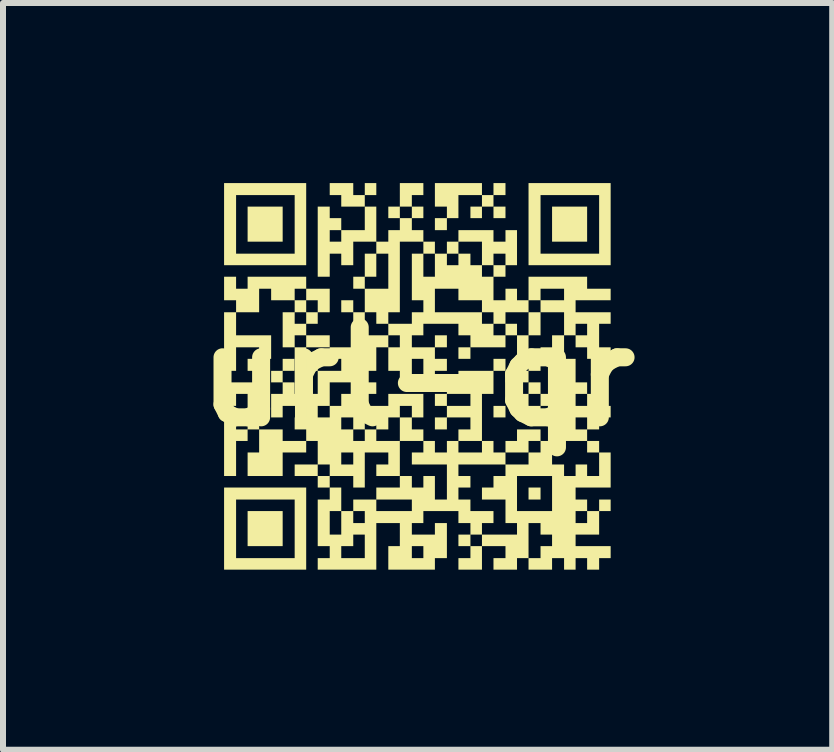
<source format=kicad_pcb>
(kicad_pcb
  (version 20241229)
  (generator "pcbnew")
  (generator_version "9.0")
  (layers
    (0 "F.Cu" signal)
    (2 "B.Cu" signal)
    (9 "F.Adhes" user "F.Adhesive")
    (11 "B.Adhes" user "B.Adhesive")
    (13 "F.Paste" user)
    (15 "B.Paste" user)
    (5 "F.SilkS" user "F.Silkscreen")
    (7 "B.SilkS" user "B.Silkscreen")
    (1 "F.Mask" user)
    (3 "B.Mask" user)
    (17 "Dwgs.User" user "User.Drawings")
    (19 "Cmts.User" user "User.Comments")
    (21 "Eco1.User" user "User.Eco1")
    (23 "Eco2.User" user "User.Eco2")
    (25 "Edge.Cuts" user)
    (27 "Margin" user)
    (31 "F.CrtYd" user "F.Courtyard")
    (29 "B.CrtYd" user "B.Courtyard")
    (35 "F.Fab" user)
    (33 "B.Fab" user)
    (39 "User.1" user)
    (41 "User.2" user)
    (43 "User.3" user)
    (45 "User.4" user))
  (footprint "url-qr"
    (layer "F.Cu")
    (at 3.907 3.224)
    (property "Reference" "url-qr" (at 0 0 0) (layer "F.SilkS") (effects (font (size 1.5 1.5) (thickness 0.3))))
    (attr board_only exclude_from_pos_files exclude_from_bom)
    (fp_poly (pts (xy -2.248 -2.54) (xy -2.248 -2.248) (xy -2.54 -2.248) (xy -2.832 -2.248) (xy -2.832 -2.54) (xy -2.832 -2.832) (xy -2.54 -2.832) (xy -2.248 -2.832)) (stroke (width 0) (type solid)) (fill yes) (layer "F.SilkS"))
    (fp_poly (pts (xy -2.248 2.532) (xy -2.248 2.824) (xy -2.54 2.824) (xy -2.832 2.824) (xy -2.832 2.532) (xy -2.832 2.24) (xy -2.54 2.24) (xy -2.248 2.24)) (stroke (width 0) (type solid)) (fill yes) (layer "F.SilkS"))
    (fp_poly (pts (xy -0.688 0.192) (xy -0.688 0.288) (xy -0.784 0.288) (xy -0.88 0.288) (xy -0.88 0.192) (xy -0.88 0.096) (xy -0.784 0.096) (xy -0.688 0.096)) (stroke (width 0) (type solid)) (fill yes) (layer "F.SilkS"))
    (fp_poly (pts (xy 0.488 -0.588) (xy 0.488 -0.488) (xy 0.388 -0.488) (xy 0.288 -0.488) (xy 0.288 -0.588) (xy 0.288 -0.688) (xy 0.388 -0.688) (xy 0.488 -0.688)) (stroke (width 0) (type solid)) (fill yes) (layer "F.SilkS"))
    (fp_poly (pts (xy 0.88 -0.392) (xy 0.88 -0.296) (xy 0.78 -0.296) (xy 0.68 -0.296) (xy 0.68 -0.392) (xy 0.68 -0.488) (xy 0.78 -0.488) (xy 0.88 -0.488)) (stroke (width 0) (type solid)) (fill yes) (layer "F.SilkS"))
    (fp_poly (pts (xy 1.464 -2.736) (xy 1.464 -2.64) (xy 1.364 -2.64) (xy 1.264 -2.64) (xy 1.264 -2.736) (xy 1.264 -2.832) (xy 1.364 -2.832) (xy 1.464 -2.832)) (stroke (width 0) (type solid)) (fill yes) (layer "F.SilkS"))
    (fp_poly (pts (xy 1.464 0.584) (xy 1.464 0.68) (xy 1.364 0.68) (xy 1.264 0.68) (xy 1.264 0.584) (xy 1.264 0.488) (xy 1.364 0.488) (xy 1.464 0.488)) (stroke (width 0) (type solid)) (fill yes) (layer "F.SilkS"))
    (fp_poly (pts (xy 2.048 0.584) (xy 2.048 0.68) (xy 1.948 0.68) (xy 1.848 0.68) (xy 1.848 0.584) (xy 1.848 0.488) (xy 1.948 0.488) (xy 2.048 0.488)) (stroke (width 0) (type solid)) (fill yes) (layer "F.SilkS"))
    (fp_poly (pts (xy 2.048 1.948) (xy 2.048 2.048) (xy 1.948 2.048) (xy 1.848 2.048) (xy 1.848 1.948) (xy 1.848 1.848) (xy 1.948 1.848) (xy 2.048 1.848)) (stroke (width 0) (type solid)) (fill yes) (layer "F.SilkS"))
    (fp_poly (pts (xy 2.824 -2.54) (xy 2.824 -2.248) (xy 2.532 -2.248) (xy 2.24 -2.248) (xy 2.24 -2.54) (xy 2.24 -2.832) (xy 2.532 -2.832) (xy 2.824 -2.832)) (stroke (width 0) (type solid)) (fill yes) (layer "F.SilkS"))
    (fp_poly (pts (xy 3.024 1.168) (xy 3.024 1.264) (xy 2.924 1.264) (xy 2.824 1.264) (xy 2.824 1.168) (xy 2.824 1.072) (xy 2.924 1.072) (xy 3.024 1.072)) (stroke (width 0) (type solid)) (fill yes) (layer "F.SilkS"))
    (fp_poly (pts (xy -0.096 0.78) (xy -0.096 0.88) (xy 0 0.88) (xy 0.096 0.88) (xy 0.096 0.976) (xy 0.096 1.072) (xy -0.1 1.072) (xy -0.296 1.072) (xy -0.296 0.876) (xy -0.296 0.68) (xy -0.196 0.68) (xy -0.096 0.68)) (stroke (width 0) (type solid)) (fill yes) (layer "F.SilkS"))
    (fp_poly (pts (xy -1.664 -0.196) (xy -1.664 -0.096) (xy -1.76 -0.096) (xy -1.856 -0.096) (xy -1.856 0) (xy -1.856 0.096) (xy -1.952 0.096) (xy -2.048 0.096) (xy -2.048 0) (xy -2.048 -0.096) (xy -1.952 -0.096) (xy -1.856 -0.096) (xy -1.856 -0.196) (xy -1.856 -0.296) (xy -1.76 -0.296) (xy -1.664 -0.296)) (stroke (width 0) (type solid)) (fill yes) (layer "F.SilkS"))
    (fp_poly (pts (xy 2.048 0.192) (xy 2.048 0.288) (xy 1.948 0.288) (xy 1.848 0.288) (xy 1.848 0.388) (xy 1.848 0.488) (xy 1.752 0.488) (xy 1.656 0.488) (xy 1.656 0.388) (xy 1.656 0.288) (xy 1.752 0.288) (xy 1.848 0.288) (xy 1.848 0.192) (xy 1.848 0.096) (xy 1.948 0.096) (xy 2.048 0.096)) (stroke (width 0) (type solid)) (fill yes) (layer "F.SilkS"))
    (fp_poly (pts (xy 2.048 0.976) (xy 2.048 1.072) (xy 1.948 1.072) (xy 1.848 1.072) (xy 1.848 1.168) (xy 1.848 1.264) (xy 1.656 1.264) (xy 1.464 1.264) (xy 1.464 1.168) (xy 1.464 1.072) (xy 1.56 1.072) (xy 1.656 1.072) (xy 1.656 0.976) (xy 1.656 0.88) (xy 1.852 0.88) (xy 2.048 0.88)) (stroke (width 0) (type solid)) (fill yes) (layer "F.SilkS"))
    (fp_poly (pts (xy -1.856 -2.54) (xy -1.856 -1.856) (xy -2.54 -1.856) (xy -3.224 -1.856) (xy -3.224 -2.54) (xy -3.224 -3.024) (xy -3.024 -3.024) (xy -3.024 -2.536) (xy -3.024 -2.048) (xy -2.536 -2.048) (xy -2.048 -2.048) (xy -2.048 -2.536) (xy -2.048 -3.024) (xy -2.536 -3.024) (xy -3.024 -3.024) (xy -3.224 -3.024) (xy -3.224 -3.224) (xy -2.54 -3.224) (xy -1.856 -3.224)) (stroke (width 0) (type solid)) (fill yes) (layer "F.SilkS"))
    (fp_poly (pts (xy -1.856 2.532) (xy -1.856 3.216) (xy -2.54 3.216) (xy -3.224 3.216) (xy -3.224 2.532) (xy -3.224 2.048) (xy -3.024 2.048) (xy -3.024 2.536) (xy -3.024 3.024) (xy -2.536 3.024) (xy -2.048 3.024) (xy -2.048 2.536) (xy -2.048 2.048) (xy -2.536 2.048) (xy -3.024 2.048) (xy -3.224 2.048) (xy -3.224 1.848) (xy -2.54 1.848) (xy -1.856 1.848)) (stroke (width 0) (type solid)) (fill yes) (layer "F.SilkS"))
    (fp_poly (pts (xy 3.216 -2.54) (xy 3.216 -1.856) (xy 2.532 -1.856) (xy 1.848 -1.856) (xy 1.848 -2.54) (xy 1.848 -3.024) (xy 2.048 -3.024) (xy 2.048 -2.536) (xy 2.048 -2.048) (xy 2.536 -2.048) (xy 3.024 -2.048) (xy 3.024 -2.536) (xy 3.024 -3.024) (xy 2.536 -3.024) (xy 2.048 -3.024) (xy 1.848 -3.024) (xy 1.848 -3.224) (xy 2.532 -3.224) (xy 3.216 -3.224)) (stroke (width 0) (type solid)) (fill yes) (layer "F.SilkS"))
    (fp_poly (pts (xy -1.072 -3.124) (xy -1.072 -3.024) (xy -0.976 -3.024) (xy -0.88 -3.024) (xy -0.88 -3.124) (xy -0.88 -3.224) (xy -0.784 -3.224) (xy -0.688 -3.224) (xy -0.688 -3.124) (xy -0.688 -3.024) (xy -0.784 -3.024) (xy -0.88 -3.024) (xy -0.88 -2.928) (xy -0.88 -2.832) (xy -1.076 -2.832) (xy -1.272 -2.832) (xy -1.272 -2.928) (xy -1.272 -3.024) (xy -1.368 -3.024) (xy -1.464 -3.024) (xy -1.464 -3.124) (xy -1.464 -3.224) (xy -1.268 -3.224) (xy -1.072 -3.224)) (stroke (width 0) (type solid)) (fill yes) (layer "F.SilkS"))
    (fp_poly (pts (xy 2.048 -0.88) (xy 2.048 -0.688) (xy 1.948 -0.688) (xy 1.848 -0.688) (xy 1.848 -0.492) (xy 1.848 -0.296) (xy 1.752 -0.296) (xy 1.656 -0.296) (xy 1.656 -0.492) (xy 1.656 -0.688) (xy 1.56 -0.688) (xy 1.464 -0.688) (xy 1.464 -0.784) (xy 1.464 -0.88) (xy 1.56 -0.88) (xy 1.656 -0.88) (xy 1.656 -0.784) (xy 1.656 -0.688) (xy 1.752 -0.688) (xy 1.848 -0.688) (xy 1.848 -0.88) (xy 1.848 -1.072) (xy 1.948 -1.072) (xy 2.048 -1.072)) (stroke (width 0) (type solid)) (fill yes) (layer "F.SilkS"))
    (fp_poly (pts (xy -2.64 0.488) (xy -2.64 0.88) (xy -2.736 0.88) (xy -2.832 0.88) (xy -2.832 0.976) (xy -2.832 1.072) (xy -2.928 1.072) (xy -3.024 1.072) (xy -3.024 1.364) (xy -3.024 1.656) (xy -3.124 1.656) (xy -3.224 1.656) (xy -3.224 1.168) (xy -3.224 0.68) (xy -3.124 0.68) (xy -3.024 0.68) (xy -3.024 0.78) (xy -3.024 0.88) (xy -2.928 0.88) (xy -2.832 0.88) (xy -2.832 0.584) (xy -2.832 0.288) (xy -2.928 0.288) (xy -3.024 0.288) (xy -3.024 0.388) (xy -3.024 0.488) (xy -3.124 0.488) (xy -3.224 0.488) (xy -3.224 0.292) (xy -3.224 0.096) (xy -2.932 0.096) (xy -2.64 0.096)) (stroke (width 0) (type solid)) (fill yes) (layer "F.SilkS"))
    (fp_poly (pts (xy 1.072 -3.124) (xy 1.072 -3.024) (xy 1.168 -3.024) (xy 1.264 -3.024) (xy 1.264 -3.124) (xy 1.264 -3.224) (xy 1.364 -3.224) (xy 1.464 -3.224) (xy 1.464 -3.124) (xy 1.464 -3.024) (xy 1.364 -3.024) (xy 1.264 -3.024) (xy 1.264 -2.928) (xy 1.264 -2.832) (xy 1.168 -2.832) (xy 1.072 -2.832) (xy 1.072 -2.736) (xy 1.072 -2.64) (xy 0.976 -2.64) (xy 0.88 -2.64) (xy 0.88 -2.736) (xy 0.88 -2.832) (xy 0.976 -2.832) (xy 1.072 -2.832) (xy 1.072 -2.928) (xy 1.072 -3.024) (xy 0.876 -3.024) (xy 0.68 -3.024) (xy 0.68 -2.832) (xy 0.68 -2.64) (xy 0.584 -2.64) (xy 0.488 -2.64) (xy 0.488 -2.54) (xy 0.488 -2.44) (xy 0.388 -2.44) (xy 0.288 -2.44) (xy 0.288 -2.54) (xy 0.288 -2.64) (xy 0.388 -2.64) (xy 0.488 -2.64) (xy 0.488 -2.736) (xy 0.488 -2.832) (xy 0.388 -2.832) (xy 0.288 -2.832) (xy 0.288 -3.028) (xy 0.288 -3.224) (xy 0.68 -3.224) (xy 1.072 -3.224)) (stroke (width 0) (type solid)) (fill yes) (layer "F.SilkS"))
    (fp_poly (pts (xy 1.464 -0.196) (xy 1.464 -0.096) (xy 1.656 -0.096) (xy 1.848 -0.096) (xy 1.848 -0.196) (xy 1.848 -0.296) (xy 1.948 -0.296) (xy 2.048 -0.296) (xy 2.048 -0.196) (xy 2.048 -0.096) (xy 1.948 -0.096) (xy 1.848 -0.096) (xy 1.848 0) (xy 1.848 0.096) (xy 1.656 0.096) (xy 1.464 0.096) (xy 1.464 0) (xy 1.464 -0.096) (xy 1.364 -0.096) (xy 1.264 -0.096) (xy 1.264 0.096) (xy 1.264 0.288) (xy 1.168 0.288) (xy 1.072 0.288) (xy 1.072 0.68) (xy 1.072 1.072) (xy 0.876 1.072) (xy 0.68 1.072) (xy 0.68 0.976) (xy 0.68 0.88) (xy 0.78 0.88) (xy 0.88 0.88) (xy 0.88 0.78) (xy 0.88 0.68) (xy 0.684 0.68) (xy 0.488 0.68) (xy 0.488 0.78) (xy 0.488 0.88) (xy 0.388 0.88) (xy 0.288 0.88) (xy 0.288 0.78) (xy 0.288 0.68) (xy 0.388 0.68) (xy 0.488 0.68) (xy 0.488 0.584) (xy 0.488 0.488) (xy 0.388 0.488) (xy 0.288 0.488) (xy 0.288 0.388) (xy 0.288 0.288) (xy 0.388 0.288) (xy 0.488 0.288) (xy 0.488 0.388) (xy 0.488 0.488) (xy 0.684 0.488) (xy 0.88 0.488) (xy 0.88 0.388) (xy 0.88 0.288) (xy 0.684 0.288) (xy 0.488 0.288) (xy 0.488 0.192) (xy 0.488 0.096) (xy 0.584 0.096) (xy 0.68 0.096) (xy 0.68 0) (xy 0.68 -0.096) (xy 0.972 -0.096) (xy 1.264 -0.096) (xy 1.264 -0.196) (xy 1.264 -0.296) (xy 1.364 -0.296) (xy 1.464 -0.296)) (stroke (width 0) (type solid)) (fill yes) (layer "F.SilkS"))
    (fp_poly (pts (xy 2.632 -0.1) (xy 2.632 0.096) (xy 2.728 0.096) (xy 2.824 0.096) (xy 2.824 0.192) (xy 2.824 0.288) (xy 2.728 0.288) (xy 2.632 0.288) (xy 2.632 0.388) (xy 2.632 0.488) (xy 2.728 0.488) (xy 2.824 0.488) (xy 2.824 0.388) (xy 2.824 0.288) (xy 2.924 0.288) (xy 3.024 0.288) (xy 3.024 0.388) (xy 3.024 0.488) (xy 3.12 0.488) (xy 3.216 0.488) (xy 3.216 0.584) (xy 3.216 0.68) (xy 3.12 0.68) (xy 3.024 0.68) (xy 3.024 0.78) (xy 3.024 0.88) (xy 2.924 0.88) (xy 2.824 0.88) (xy 2.824 0.976) (xy 2.824 1.072) (xy 2.632 1.072) (xy 2.44 1.072) (xy 2.44 1.168) (xy 2.44 1.264) (xy 2.34 1.264) (xy 2.24 1.264) (xy 2.24 1.364) (xy 2.24 1.464) (xy 2.34 1.464) (xy 2.44 1.464) (xy 2.44 1.56) (xy 2.44 1.656) (xy 2.536 1.656) (xy 2.632 1.656) (xy 2.632 1.56) (xy 2.632 1.464) (xy 2.728 1.464) (xy 2.824 1.464) (xy 2.824 1.56) (xy 2.824 1.656) (xy 2.924 1.656) (xy 3.024 1.656) (xy 3.024 1.46) (xy 3.024 1.264) (xy 3.12 1.264) (xy 3.216 1.264) (xy 3.216 1.556) (xy 3.216 1.848) (xy 2.924 1.848) (xy 2.632 1.848) (xy 2.632 1.948) (xy 2.632 2.048) (xy 2.728 2.048) (xy 2.824 2.048) (xy 2.824 2.144) (xy 2.824 2.24) (xy 2.924 2.24) (xy 3.024 2.24) (xy 3.024 2.144) (xy 3.024 2.048) (xy 3.12 2.048) (xy 3.216 2.048) (xy 3.216 2.144) (xy 3.216 2.24) (xy 3.12 2.24) (xy 3.024 2.24) (xy 3.024 2.436) (xy 3.024 2.632) (xy 2.828 2.632) (xy 2.632 2.632) (xy 2.632 2.728) (xy 2.632 2.824) (xy 2.924 2.824) (xy 3.216 2.824) (xy 3.216 2.924) (xy 3.216 3.024) (xy 3.12 3.024) (xy 3.024 3.024) (xy 3.024 3.12) (xy 3.024 3.216) (xy 2.924 3.216) (xy 2.824 3.216) (xy 2.824 3.12) (xy 2.824 3.024) (xy 2.728 3.024) (xy 2.632 3.024) (xy 2.632 3.12) (xy 2.632 3.216) (xy 2.536 3.216) (xy 2.44 3.216) (xy 2.44 3.12) (xy 2.44 3.024) (xy 2.34 3.024) (xy 2.24 3.024) (xy 2.24 3.12) (xy 2.24 3.216) (xy 2.044 3.216) (xy 1.848 3.216) (xy 1.848 3.12) (xy 1.848 3.024) (xy 1.752 3.024) (xy 1.656 3.024) (xy 1.656 3.12) (xy 1.656 3.216) (xy 1.46 3.216) (xy 1.264 3.216) (xy 1.264 3.12) (xy 1.264 3.024) (xy 1.364 3.024) (xy 1.464 3.024) (xy 1.464 2.924) (xy 1.464 2.824) (xy 1.268 2.824) (xy 1.072 2.824) (xy 1.072 3.02) (xy 1.072 3.216) (xy 0.876 3.216) (xy 0.68 3.216) (xy 0.68 3.12) (xy 0.68 3.024) (xy 0.78 3.024) (xy 0.88 3.024) (xy 0.88 2.924) (xy 0.88 2.824) (xy 0.78 2.824) (xy 0.68 2.824) (xy 0.68 2.728) (xy 0.68 2.632) (xy 0.78 2.632) (xy 0.88 2.632) (xy 0.88 2.536) (xy 0.88 2.44) (xy 0.78 2.44) (xy 0.68 2.44) (xy 0.68 2.34) (xy 0.68 2.24) (xy 0.388 2.24) (xy 0.096 2.24) (xy 0.096 2.34) (xy 0.096 2.44) (xy 0 2.44) (xy -0.096 2.44) (xy -0.096 2.536) (xy -0.096 2.632) (xy 0.096 2.632) (xy 0.288 2.632) (xy 0.288 2.536) (xy 0.288 2.44) (xy 0.388 2.44) (xy 0.488 2.44) (xy 0.488 2.732) (xy 0.488 3.024) (xy 0.388 3.024) (xy 0.288 3.024) (xy 0.288 3.12) (xy 0.288 3.216) (xy -0.1 3.216) (xy -0.488 3.216) (xy -0.488 3.02) (xy -0.488 2.824) (xy -0.392 2.824) (xy -0.296 2.824) (xy -0.096 2.824) (xy -0.096 2.924) (xy -0.096 3.024) (xy 0 3.024) (xy 0.096 3.024) (xy 0.096 2.924) (xy 0.096 2.824) (xy 0 2.824) (xy -0.096 2.824) (xy -0.296 2.824) (xy -0.296 2.632) (xy -0.296 2.44) (xy -0.492 2.44) (xy -0.688 2.44) (xy -0.688 2.828) (xy -0.688 3.216) (xy -1.176 3.216) (xy -1.664 3.216) (xy -1.664 3.12) (xy -1.664 3.024) (xy -1.564 3.024) (xy -1.464 3.024) (xy -1.272 3.024) (xy -1.076 3.024) (xy -0.88 3.024) (xy -0.88 2.828) (xy -0.88 2.632) (xy -0.976 2.632) (xy -1.072 2.632) (xy -1.072 2.728) (xy -1.072 2.824) (xy -1.172 2.824) (xy -1.272 2.824) (xy -1.272 2.924) (xy -1.272 3.024) (xy -1.464 3.024) (xy -1.464 2.924) (xy -1.464 2.824) (xy -1.564 2.824) (xy -1.664 2.824) (xy -1.664 2.436) (xy -1.664 2.048) (xy -1.564 2.048) (xy -1.464 2.048) (xy -1.464 1.948) (xy -1.464 1.848) (xy -1.368 1.848) (xy -1.272 1.848) (xy -1.272 2.044) (xy -1.272 2.24) (xy -1.368 2.24) (xy -1.464 2.24) (xy -1.464 2.436) (xy -1.464 2.632) (xy -1.368 2.632) (xy -1.272 2.632) (xy -1.272 2.436) (xy -1.272 2.24) (xy -1.172 2.24) (xy -1.072 2.24) (xy -1.072 2.34) (xy -1.072 2.44) (xy -0.976 2.44) (xy -0.88 2.44) (xy -0.88 2.34) (xy -0.88 2.24) (xy -0.976 2.24) (xy -1.072 2.24) (xy -1.072 2.144) (xy -1.072 2.048) (xy -0.88 2.048) (xy -0.688 2.048) (xy -0.688 2.144) (xy -0.688 2.24) (xy -0.392 2.24) (xy -0.096 2.24) (xy -0.096 2.144) (xy -0.096 2.048) (xy -0.392 2.048) (xy -0.688 2.048) (xy -0.688 1.948) (xy -0.688 1.848) (xy -0.492 1.848) (xy -0.296 1.848) (xy -0.296 1.752) (xy -0.296 1.656) (xy -0.196 1.656) (xy -0.096 1.656) (xy -0.096 1.752) (xy -0.096 1.848) (xy 0 1.848) (xy 0.096 1.848) (xy 0.096 1.752) (xy 0.096 1.656) (xy 0.192 1.656) (xy 0.288 1.656) (xy 0.288 1.852) (xy 0.288 2.048) (xy 0.388 2.048) (xy 0.488 2.048) (xy 0.488 1.756) (xy 0.488 1.464) (xy 0.196 1.464) (xy -0.096 1.464) (xy -0.096 1.364) (xy -0.096 1.264) (xy 0 1.264) (xy 0.096 1.264) (xy 0.096 1.168) (xy 0.096 1.072) (xy 0.192 1.072) (xy 0.288 1.072) (xy 0.288 1.168) (xy 0.288 1.264) (xy 0.388 1.264) (xy 0.488 1.264) (xy 0.488 1.168) (xy 0.488 1.072) (xy 0.584 1.072) (xy 0.68 1.072) (xy 0.68 1.168) (xy 0.68 1.264) (xy 0.876 1.264) (xy 1.072 1.264) (xy 1.072 1.168) (xy 1.072 1.072) (xy 1.168 1.072) (xy 1.264 1.072) (xy 1.264 1.168) (xy 1.264 1.264) (xy 1.364 1.264) (xy 1.464 1.264) (xy 1.464 1.364) (xy 1.464 1.464) (xy 1.072 1.464) (xy 0.68 1.464) (xy 0.68 1.56) (xy 0.68 1.656) (xy 0.78 1.656) (xy 0.88 1.656) (xy 0.88 1.752) (xy 0.88 1.848) (xy 0.78 1.848) (xy 0.68 1.848) (xy 0.68 1.948) (xy 0.68 2.048) (xy 0.78 2.048) (xy 0.88 2.048) (xy 0.88 2.144) (xy 0.88 2.24) (xy 1.072 2.24) (xy 1.264 2.24) (xy 1.264 2.34) (xy 1.264 2.44) (xy 1.168 2.44) (xy 1.072 2.44) (xy 1.072 2.536) (xy 1.072 2.632) (xy 0.976 2.632) (xy 0.88 2.632) (xy 0.88 2.728) (xy 0.88 2.824) (xy 0.976 2.824) (xy 1.072 2.824) (xy 1.072 2.728) (xy 1.072 2.632) (xy 1.364 2.632) (xy 1.656 2.632) (xy 1.656 2.536) (xy 1.656 2.44) (xy 1.848 2.44) (xy 1.848 2.732) (xy 1.848 3.024) (xy 1.948 3.024) (xy 2.048 3.024) (xy 2.048 2.924) (xy 2.048 2.824) (xy 2.144 2.824) (xy 2.24 2.824) (xy 2.24 2.728) (xy 2.24 2.632) (xy 2.144 2.632) (xy 2.048 2.632) (xy 2.048 2.536) (xy 2.048 2.44) (xy 1.948 2.44) (xy 1.848 2.44) (xy 1.656 2.44) (xy 1.56 2.44) (xy 1.464 2.44) (xy 1.464 2.244) (xy 1.464 2.048) (xy 1.268 2.048) (xy 1.072 2.048) (xy 1.072 1.948) (xy 1.072 1.848) (xy 1.168 1.848) (xy 1.264 1.848) (xy 1.264 1.752) (xy 1.264 1.656) (xy 1.364 1.656) (xy 1.464 1.656) (xy 1.656 1.656) (xy 1.656 1.948) (xy 1.656 2.24) (xy 1.948 2.24) (xy 2.24 2.24) (xy 2.632 2.24) (xy 2.632 2.34) (xy 2.632 2.44) (xy 2.728 2.44) (xy 2.824 2.44) (xy 2.824 2.34) (xy 2.824 2.24) (xy 2.728 2.24) (xy 2.632 2.24) (xy 2.24 2.24) (xy 2.24 1.948) (xy 2.24 1.656) (xy 1.948 1.656) (xy 1.656 1.656) (xy 1.464 1.656) (xy 1.464 1.56) (xy 1.464 1.464) (xy 1.656 1.464) (xy 1.848 1.464) (xy 1.848 1.364) (xy 1.848 1.264) (xy 1.948 1.264) (xy 2.048 1.264) (xy 2.048 1.168) (xy 2.048 1.072) (xy 2.144 1.072) (xy 2.24 1.072) (xy 2.24 0.876) (xy 2.24 0.68) (xy 2.34 0.68) (xy 2.44 0.68) (xy 2.632 0.68) (xy 2.632 0.78) (xy 2.632 0.88) (xy 2.728 0.88) (xy 2.824 0.88) (xy 2.824 0.78) (xy 2.824 0.68) (xy 2.728 0.68) (xy 2.632 0.68) (xy 2.44 0.68) (xy 2.44 0.584) (xy 2.44 0.488) (xy 2.244 0.488) (xy 2.048 0.488) (xy 2.048 0.388) (xy 2.048 0.288) (xy 2.244 0.288) (xy 2.44 0.288) (xy 2.44 -0.004) (xy 2.44 -0.296) (xy 2.536 -0.296) (xy 2.632 -0.296)) (stroke (width 0) (type solid)) (fill yes) (layer "F.SilkS"))
    (fp_poly (pts (xy 0.096 -3.124) (xy 0.096 -3.024) (xy 0 -3.024) (xy -0.096 -3.024) (xy -0.096 -2.928) (xy -0.096 -2.832) (xy -0.196 -2.832) (xy -0.296 -2.832) (xy -0.296 -2.736) (xy -0.296 -2.64) (xy -0.196 -2.64) (xy -0.096 -2.64) (xy -0.096 -2.736) (xy -0.096 -2.832) (xy 0 -2.832) (xy 0.096 -2.832) (xy 0.096 -2.736) (xy 0.096 -2.64) (xy 0 -2.64) (xy -0.096 -2.64) (xy -0.096 -2.54) (xy -0.096 -2.44) (xy 0 -2.44) (xy 0.096 -2.44) (xy 0.096 -2.344) (xy 0.096 -2.248) (xy -0.1 -2.248) (xy -0.296 -2.248) (xy -0.296 -1.66) (xy -0.296 -1.072) (xy -0.392 -1.072) (xy -0.488 -1.072) (xy -0.488 -0.976) (xy -0.488 -0.88) (xy -0.588 -0.88) (xy -0.688 -0.88) (xy -0.688 -0.976) (xy -0.688 -1.072) (xy -0.784 -1.072) (xy -0.88 -1.072) (xy -0.88 -0.88) (xy -0.88 -0.688) (xy -0.684 -0.688) (xy -0.488 -0.688) (xy -0.488 -0.784) (xy -0.488 -0.88) (xy -0.292 -0.88) (xy -0.096 -0.88) (xy -0.096 -0.976) (xy -0.096 -1.072) (xy 0 -1.072) (xy 0.096 -1.072) (xy 0.096 -1.172) (xy 0.096 -1.272) (xy 0 -1.272) (xy -0.096 -1.272) (xy -0.096 -1.464) (xy 0.288 -1.464) (xy 0.288 -1.268) (xy 0.288 -1.072) (xy 0.68 -1.072) (xy 1.072 -1.072) (xy 1.072 -1.172) (xy 1.072 -1.272) (xy 0.876 -1.272) (xy 0.68 -1.272) (xy 0.68 -1.368) (xy 0.68 -1.464) (xy 0.484 -1.464) (xy 0.288 -1.464) (xy -0.096 -1.464) (xy -0.096 -1.66) (xy -0.096 -2.048) (xy 0 -2.048) (xy 0.096 -2.048) (xy 0.096 -1.856) (xy 0.096 -1.664) (xy 0.192 -1.664) (xy 0.288 -1.664) (xy 0.288 -1.856) (xy 0.488 -1.856) (xy 0.584 -1.856) (xy 0.68 -1.856) (xy 0.68 -1.952) (xy 0.68 -2.048) (xy 0.78 -2.048) (xy 0.88 -2.048) (xy 0.88 -1.952) (xy 0.88 -1.856) (xy 0.976 -1.856) (xy 1.072 -1.856) (xy 1.072 -1.76) (xy 1.072 -1.664) (xy 1.168 -1.664) (xy 1.264 -1.664) (xy 1.264 -1.76) (xy 1.264 -1.856) (xy 1.364 -1.856) (xy 1.464 -1.856) (xy 1.464 -1.952) (xy 1.464 -2.048) (xy 1.364 -2.048) (xy 1.264 -2.048) (xy 1.264 -1.952) (xy 1.264 -1.856) (xy 1.168 -1.856) (xy 1.072 -1.856) (xy 1.072 -2.052) (xy 1.072 -2.248) (xy 0.876 -2.248) (xy 0.68 -2.248) (xy 0.68 -2.148) (xy 0.68 -2.048) (xy 0.584 -2.048) (xy 0.488 -2.048) (xy 0.488 -1.952) (xy 0.488 -1.856) (xy 0.288 -1.856) (xy 0.288 -2.048) (xy 0.192 -2.048) (xy 0.096 -2.048) (xy 0.096 -2.148) (xy 0.096 -2.248) (xy 0.192 -2.248) (xy 0.288 -2.248) (xy 0.288 -2.148) (xy 0.288 -2.048) (xy 0.388 -2.048) (xy 0.488 -2.048) (xy 0.488 -2.148) (xy 0.488 -2.248) (xy 0.584 -2.248) (xy 0.68 -2.248) (xy 0.68 -2.344) (xy 0.68 -2.44) (xy 0.972 -2.44) (xy 1.264 -2.44) (xy 1.264 -2.344) (xy 1.264 -2.248) (xy 1.364 -2.248) (xy 1.464 -2.248) (xy 1.464 -2.344) (xy 1.464 -2.44) (xy 1.56 -2.44) (xy 1.656 -2.44) (xy 1.656 -2.148) (xy 1.656 -1.856) (xy 1.56 -1.856) (xy 1.464 -1.856) (xy 1.464 -1.76) (xy 1.464 -1.664) (xy 1.364 -1.664) (xy 1.264 -1.664) (xy 1.264 -1.468) (xy 1.264 -1.272) (xy 1.364 -1.272) (xy 1.464 -1.272) (xy 1.464 -1.368) (xy 1.464 -1.464) (xy 1.56 -1.464) (xy 1.656 -1.464) (xy 1.656 -1.368) (xy 1.656 -1.272) (xy 1.752 -1.272) (xy 1.848 -1.272) (xy 1.848 -1.468) (xy 1.848 -1.664) (xy 2.336 -1.664) (xy 2.824 -1.664) (xy 2.824 -1.564) (xy 2.824 -1.464) (xy 3.02 -1.464) (xy 3.216 -1.464) (xy 3.216 -1.368) (xy 3.216 -1.272) (xy 2.924 -1.272) (xy 2.632 -1.272) (xy 2.632 -1.172) (xy 2.632 -1.072) (xy 2.924 -1.072) (xy 3.216 -1.072) (xy 3.216 -0.976) (xy 3.216 -0.88) (xy 3.12 -0.88) (xy 3.024 -0.88) (xy 3.024 -0.684) (xy 3.024 -0.488) (xy 3.12 -0.488) (xy 3.216 -0.488) (xy 3.216 -0.292) (xy 3.216 -0.096) (xy 3.12 -0.096) (xy 3.024 -0.096) (xy 3.024 -0.196) (xy 3.024 -0.296) (xy 2.924 -0.296) (xy 2.824 -0.296) (xy 2.824 -0.392) (xy 2.824 -0.488) (xy 2.728 -0.488) (xy 2.632 -0.488) (xy 2.632 -0.588) (xy 2.632 -0.688) (xy 2.536 -0.688) (xy 2.44 -0.688) (xy 2.44 -0.492) (xy 2.44 -0.296) (xy 2.244 -0.296) (xy 2.048 -0.296) (xy 2.048 -0.392) (xy 2.048 -0.488) (xy 2.144 -0.488) (xy 2.24 -0.488) (xy 2.24 -0.588) (xy 2.24 -0.688) (xy 2.34 -0.688) (xy 2.44 -0.688) (xy 2.44 -0.88) (xy 2.632 -0.88) (xy 2.632 -0.784) (xy 2.632 -0.688) (xy 2.728 -0.688) (xy 2.824 -0.688) (xy 2.824 -0.784) (xy 2.824 -0.88) (xy 2.728 -0.88) (xy 2.632 -0.88) (xy 2.44 -0.88) (xy 2.44 -1.072) (xy 2.244 -1.072) (xy 2.048 -1.072) (xy 2.048 -1.172) (xy 2.048 -1.272) (xy 2.244 -1.272) (xy 2.44 -1.272) (xy 2.44 -1.368) (xy 2.44 -1.464) (xy 2.244 -1.464) (xy 2.048 -1.464) (xy 2.048 -1.368) (xy 2.048 -1.272) (xy 1.948 -1.272) (xy 1.848 -1.272) (xy 1.848 -1.172) (xy 1.848 -1.072) (xy 1.656 -1.072) (xy 1.464 -1.072) (xy 1.464 -0.976) (xy 1.464 -0.88) (xy 1.364 -0.88) (xy 1.264 -0.88) (xy 1.264 -0.976) (xy 1.264 -1.072) (xy 1.168 -1.072) (xy 1.072 -1.072) (xy 1.072 -0.976) (xy 1.072 -0.88) (xy 1.168 -0.88) (xy 1.264 -0.88) (xy 1.264 -0.784) (xy 1.264 -0.688) (xy 1.364 -0.688) (xy 1.464 -0.688) (xy 1.464 -0.588) (xy 1.464 -0.488) (xy 1.172 -0.488) (xy 0.88 -0.488) (xy 0.88 -0.588) (xy 0.88 -0.688) (xy 0.78 -0.688) (xy 0.68 -0.688) (xy 0.68 -0.784) (xy 0.68 -0.88) (xy 0.388 -0.88) (xy 0.096 -0.88) (xy 0.096 -0.784) (xy 0.096 -0.688) (xy 0 -0.688) (xy -0.096 -0.688) (xy -0.096 -0.588) (xy -0.096 -0.488) (xy 0.096 -0.488) (xy 0.288 -0.488) (xy 0.288 -0.392) (xy 0.288 -0.296) (xy 0.388 -0.296) (xy 0.488 -0.296) (xy 0.488 -0.196) (xy 0.488 -0.096) (xy 0.388 -0.096) (xy 0.288 -0.096) (xy 0.288 0) (xy 0.288 0.096) (xy 0.192 0.096) (xy 0.096 0.096) (xy 0.096 -0.1) (xy 0.096 -0.296) (xy 0 -0.296) (xy -0.096 -0.296) (xy -0.096 -0.1) (xy -0.096 0.096) (xy -0.196 0.096) (xy -0.296 0.096) (xy -0.296 0) (xy -0.296 -0.096) (xy -0.392 -0.096) (xy -0.488 -0.096) (xy -0.488 -0.292) (xy -0.488 -0.488) (xy -0.392 -0.488) (xy -0.296 -0.488) (xy -0.296 -0.588) (xy -0.296 -0.688) (xy -0.392 -0.688) (xy -0.488 -0.688) (xy -0.488 -0.588) (xy -0.488 -0.488) (xy -0.588 -0.488) (xy -0.688 -0.488) (xy -0.688 -0.292) (xy -0.688 -0.096) (xy -0.784 -0.096) (xy -0.88 -0.096) (xy -0.88 -0.292) (xy -0.88 -0.488) (xy -0.976 -0.488) (xy -1.072 -0.488) (xy -1.072 -0.292) (xy -1.072 -0.096) (xy -0.976 -0.096) (xy -0.88 -0.096) (xy -0.88 0) (xy -0.88 0.096) (xy -1.172 0.096) (xy -1.464 0.096) (xy -1.464 0.292) (xy -1.464 0.488) (xy -1.564 0.488) (xy -1.664 0.488) (xy -1.664 0.584) (xy -1.664 0.68) (xy -1.564 0.68) (xy -1.464 0.68) (xy -1.464 0.584) (xy -1.464 0.488) (xy -1.368 0.488) (xy -1.272 0.488) (xy -1.272 0.388) (xy -1.272 0.288) (xy -1.076 0.288) (xy -0.88 0.288) (xy -0.88 0.388) (xy -0.88 0.488) (xy -0.684 0.488) (xy -0.488 0.488) (xy -0.488 0.388) (xy -0.488 0.288) (xy -0.196 0.288) (xy 0.096 0.288) (xy 0.096 0.484) (xy 0.096 0.68) (xy 0 0.68) (xy -0.096 0.68) (xy -0.096 0.584) (xy -0.096 0.488) (xy -0.196 0.488) (xy -0.296 0.488) (xy -0.296 0.584) (xy -0.296 0.68) (xy -0.392 0.68) (xy -0.488 0.68) (xy -0.488 0.78) (xy -0.488 0.88) (xy -0.588 0.88) (xy -0.688 0.88) (xy -0.688 0.78) (xy -0.688 0.68) (xy -0.784 0.68) (xy -0.88 0.68) (xy -0.88 0.78) (xy -0.88 0.88) (xy -0.976 0.88) (xy -1.072 0.88) (xy -1.072 0.78) (xy -1.072 0.68) (xy -1.172 0.68) (xy -1.272 0.68) (xy -1.272 0.78) (xy -1.272 0.88) (xy -1.172 0.88) (xy -1.072 0.88) (xy -1.072 0.976) (xy -1.072 1.072) (xy -0.976 1.072) (xy -0.88 1.072) (xy -0.88 0.976) (xy -0.88 0.88) (xy -0.784 0.88) (xy -0.688 0.88) (xy -0.688 0.976) (xy -0.688 1.072) (xy -0.492 1.072) (xy -0.296 1.072) (xy -0.296 1.364) (xy -0.296 1.656) (xy -0.492 1.656) (xy -0.688 1.656) (xy -0.688 1.56) (xy -0.688 1.464) (xy -0.588 1.464) (xy -0.488 1.464) (xy -0.488 1.364) (xy -0.488 1.264) (xy -0.684 1.264) (xy -0.88 1.264) (xy -0.88 1.556) (xy -0.88 1.848) (xy -0.976 1.848) (xy -1.072 1.848) (xy -1.072 1.752) (xy -1.072 1.656) (xy -1.268 1.656) (xy -1.464 1.656) (xy -1.464 1.752) (xy -1.464 1.848) (xy -1.564 1.848) (xy -1.664 1.848) (xy -1.664 1.752) (xy -1.664 1.656) (xy -1.856 1.656) (xy -2.048 1.656) (xy -2.048 1.56) (xy -2.048 1.464) (xy -1.856 1.464) (xy -1.664 1.464) (xy -1.664 1.56) (xy -1.664 1.656) (xy -1.564 1.656) (xy -1.464 1.656) (xy -1.464 1.56) (xy -1.464 1.464) (xy -1.564 1.464) (xy -1.664 1.464) (xy -1.664 1.268) (xy -1.664 1.264) (xy -1.272 1.264) (xy -1.272 1.364) (xy -1.272 1.464) (xy -1.172 1.464) (xy -1.072 1.464) (xy -1.072 1.364) (xy -1.072 1.264) (xy -1.172 1.264) (xy -1.272 1.264) (xy -1.664 1.264) (xy -1.664 1.072) (xy -1.76 1.072) (xy -1.856 1.072) (xy -1.856 1.168) (xy -1.856 1.264) (xy -2.052 1.264) (xy -2.248 1.264) (xy -2.248 1.46) (xy -2.248 1.656) (xy -2.54 1.656) (xy -2.832 1.656) (xy -2.832 1.46) (xy -2.832 1.264) (xy -2.736 1.264) (xy -2.64 1.264) (xy -2.64 1.072) (xy -2.64 0.88) (xy -2.444 0.88) (xy -2.248 0.88) (xy -2.248 0.976) (xy -2.248 1.072) (xy -2.052 1.072) (xy -1.856 1.072) (xy -1.856 0.976) (xy -1.856 0.88) (xy -1.952 0.88) (xy -2.048 0.88) (xy -2.048 0.78) (xy -2.048 0.68) (xy -1.952 0.68) (xy -1.856 0.68) (xy -1.856 0.584) (xy -1.856 0.488) (xy -2.052 0.488) (xy -2.248 0.488) (xy -2.248 0.584) (xy -2.248 0.68) (xy -2.344 0.68) (xy -2.44 0.68) (xy -2.44 0.484) (xy -2.44 0.288) (xy -2.344 0.288) (xy -2.248 0.288) (xy -2.248 0.192) (xy -2.248 0.096) (xy -2.148 0.096) (xy -2.048 0.096) (xy -2.048 0.192) (xy -2.048 0.288) (xy -1.856 0.288) (xy -1.664 0.288) (xy -1.664 0.096) (xy -1.664 -0.096) (xy -1.468 -0.096) (xy -1.272 -0.096) (xy -1.272 -0.196) (xy -1.272 -0.296) (xy -1.368 -0.296) (xy -1.464 -0.296) (xy -1.464 -0.392) (xy -1.464 -0.488) (xy -1.66 -0.488) (xy -1.856 -0.488) (xy -1.856 -0.392) (xy -1.856 -0.296) (xy -1.952 -0.296) (xy -2.048 -0.296) (xy -2.048 -0.196) (xy -2.048 -0.096) (xy -2.148 -0.096) (xy -2.248 -0.096) (xy -2.248 0) (xy -2.248 0.096) (xy -2.344 0.096) (xy -2.44 0.096) (xy -2.44 0) (xy -2.44 -0.096) (xy -2.344 -0.096) (xy -2.248 -0.096) (xy -2.248 -0.196) (xy -2.248 -0.296) (xy -2.148 -0.296) (xy -2.048 -0.296) (xy -2.048 -0.392) (xy -2.048 -0.488) (xy -2.148 -0.488) (xy -2.248 -0.488) (xy -2.248 -0.78) (xy -2.248 -0.88) (xy -2.048 -0.88) (xy -1.952 -0.88) (xy -1.856 -0.88) (xy -1.856 -0.976) (xy -1.856 -1.072) (xy -1.76 -1.072) (xy -1.664 -1.072) (xy -1.664 -1.172) (xy -1.664 -1.272) (xy -1.76 -1.272) (xy -1.856 -1.272) (xy -1.856 -1.172) (xy -1.856 -1.072) (xy -1.952 -1.072) (xy -2.048 -1.072) (xy -2.048 -0.976) (xy -2.048 -0.88) (xy -2.248 -0.88) (xy -2.248 -1.072) (xy -2.148 -1.072) (xy -2.048 -1.072) (xy -2.048 -1.172) (xy -2.048 -1.272) (xy -2.244 -1.272) (xy -2.44 -1.272) (xy -2.44 -1.368) (xy -2.44 -1.464) (xy -2.54 -1.464) (xy -2.64 -1.464) (xy -2.64 -1.268) (xy -2.64 -1.072) (xy -2.832 -1.072) (xy -3.024 -1.072) (xy -3.024 -0.88) (xy -3.024 -0.688) (xy -2.732 -0.688) (xy -2.44 -0.688) (xy -2.44 -0.492) (xy -2.44 -0.296) (xy -2.54 -0.296) (xy -2.64 -0.296) (xy -2.64 -0.196) (xy -2.64 -0.096) (xy -2.736 -0.096) (xy -2.832 -0.096) (xy -2.832 -0.196) (xy -2.832 -0.296) (xy -2.736 -0.296) (xy -2.64 -0.296) (xy -2.64 -0.392) (xy -2.64 -0.488) (xy -2.832 -0.488) (xy -3.024 -0.488) (xy -3.024 -0.292) (xy -3.024 -0.096) (xy -3.124 -0.096) (xy -3.224 -0.096) (xy -3.224 -0.584) (xy -3.224 -1.072) (xy -3.124 -1.072) (xy -3.024 -1.072) (xy -3.024 -1.172) (xy -3.024 -1.272) (xy -3.124 -1.272) (xy -3.224 -1.272) (xy -3.224 -1.468) (xy -3.224 -1.664) (xy -3.124 -1.664) (xy -3.024 -1.664) (xy -3.024 -1.564) (xy -3.024 -1.464) (xy -2.928 -1.464) (xy -2.832 -1.464) (xy -2.832 -1.564) (xy -2.832 -1.664) (xy -2.344 -1.664) (xy -1.856 -1.664) (xy -1.856 -1.564) (xy -1.856 -1.464) (xy -1.952 -1.464) (xy -2.048 -1.464) (xy -2.048 -1.368) (xy -2.048 -1.272) (xy -1.952 -1.272) (xy -1.856 -1.272) (xy -1.856 -1.368) (xy -1.856 -1.464) (xy -1.66 -1.464) (xy -1.464 -1.464) (xy -1.464 -1.268) (xy -1.464 -1.072) (xy -1.564 -1.072) (xy -1.664 -1.072) (xy -1.664 -0.976) (xy -1.664 -0.88) (xy -1.76 -0.88) (xy -1.856 -0.88) (xy -1.856 -0.784) (xy -1.856 -0.688) (xy -1.952 -0.688) (xy -2.048 -0.688) (xy -2.048 -0.588) (xy -2.048 -0.488) (xy -1.952 -0.488) (xy -1.856 -0.488) (xy -1.856 -0.588) (xy -1.856 -0.688) (xy -1.66 -0.688) (xy -1.464 -0.688) (xy -1.464 -0.588) (xy -1.464 -0.488) (xy -1.268 -0.488) (xy -1.072 -0.488) (xy -1.072 -0.78) (xy -1.072 -1.072) (xy -1.172 -1.072) (xy -1.272 -1.072) (xy -1.272 -1.172) (xy -1.272 -1.272) (xy -1.172 -1.272) (xy -1.072 -1.272) (xy -1.072 -1.172) (xy -1.072 -1.072) (xy -0.976 -1.072) (xy -0.88 -1.072) (xy -0.88 -1.268) (xy -0.88 -1.464) (xy -0.684 -1.464) (xy -0.488 -1.464) (xy -0.488 -1.756) (xy -0.488 -2.048) (xy -0.588 -2.048) (xy -0.688 -2.048) (xy -0.688 -1.856) (xy -0.688 -1.664) (xy -0.784 -1.664) (xy -0.88 -1.664) (xy -0.88 -1.564) (xy -0.88 -1.464) (xy -0.976 -1.464) (xy -1.072 -1.464) (xy -1.072 -1.564) (xy -1.072 -1.664) (xy -0.976 -1.664) (xy -0.88 -1.664) (xy -0.88 -1.856) (xy -0.88 -2.048) (xy -0.784 -2.048) (xy -0.688 -2.048) (xy -0.688 -2.148) (xy -0.688 -2.248) (xy -0.88 -2.248) (xy -1.072 -2.248) (xy -1.072 -2.052) (xy -1.072 -1.856) (xy -1.172 -1.856) (xy -1.272 -1.856) (xy -1.272 -1.952) (xy -1.272 -2.048) (xy -1.368 -2.048) (xy -1.464 -2.048) (xy -1.464 -1.856) (xy -1.464 -1.664) (xy -1.564 -1.664) (xy -1.664 -1.664) (xy -1.664 -2.248) (xy -1.664 -2.44) (xy -1.464 -2.44) (xy -1.464 -2.344) (xy -1.464 -2.248) (xy -1.368 -2.248) (xy -1.272 -2.248) (xy -1.272 -2.344) (xy -1.272 -2.44) (xy -1.368 -2.44) (xy -1.464 -2.44) (xy -1.664 -2.44) (xy -1.664 -2.832) (xy -1.564 -2.832) (xy -1.464 -2.832) (xy -1.464 -2.736) (xy -1.464 -2.64) (xy -1.368 -2.64) (xy -1.272 -2.64) (xy -1.272 -2.54) (xy -1.272 -2.44) (xy -1.076 -2.44) (xy -0.88 -2.44) (xy -0.88 -2.636) (xy -0.88 -2.832) (xy -0.784 -2.832) (xy -0.688 -2.832) (xy -0.688 -2.54) (xy -0.688 -2.248) (xy -0.588 -2.248) (xy -0.488 -2.248) (xy -0.488 -2.344) (xy -0.488 -2.44) (xy -0.392 -2.44) (xy -0.296 -2.44) (xy -0.296 -2.54) (xy -0.296 -2.64) (xy -0.392 -2.64) (xy -0.488 -2.64) (xy -0.488 -2.736) (xy -0.488 -2.832) (xy -0.392 -2.832) (xy -0.296 -2.832) (xy -0.296 -3.028) (xy -0.296 -3.224) (xy -0.1 -3.224) (xy 0.096 -3.224)) (stroke (width 0) (type solid)) (fill yes) (layer "F.SilkS")))
  (gr_rect
    (start -3 -3)
    (end 10.814 9.44)
    (stroke (width 0.1) (type default))
    (fill no)
    (layer "Edge.Cuts")))
</source>
